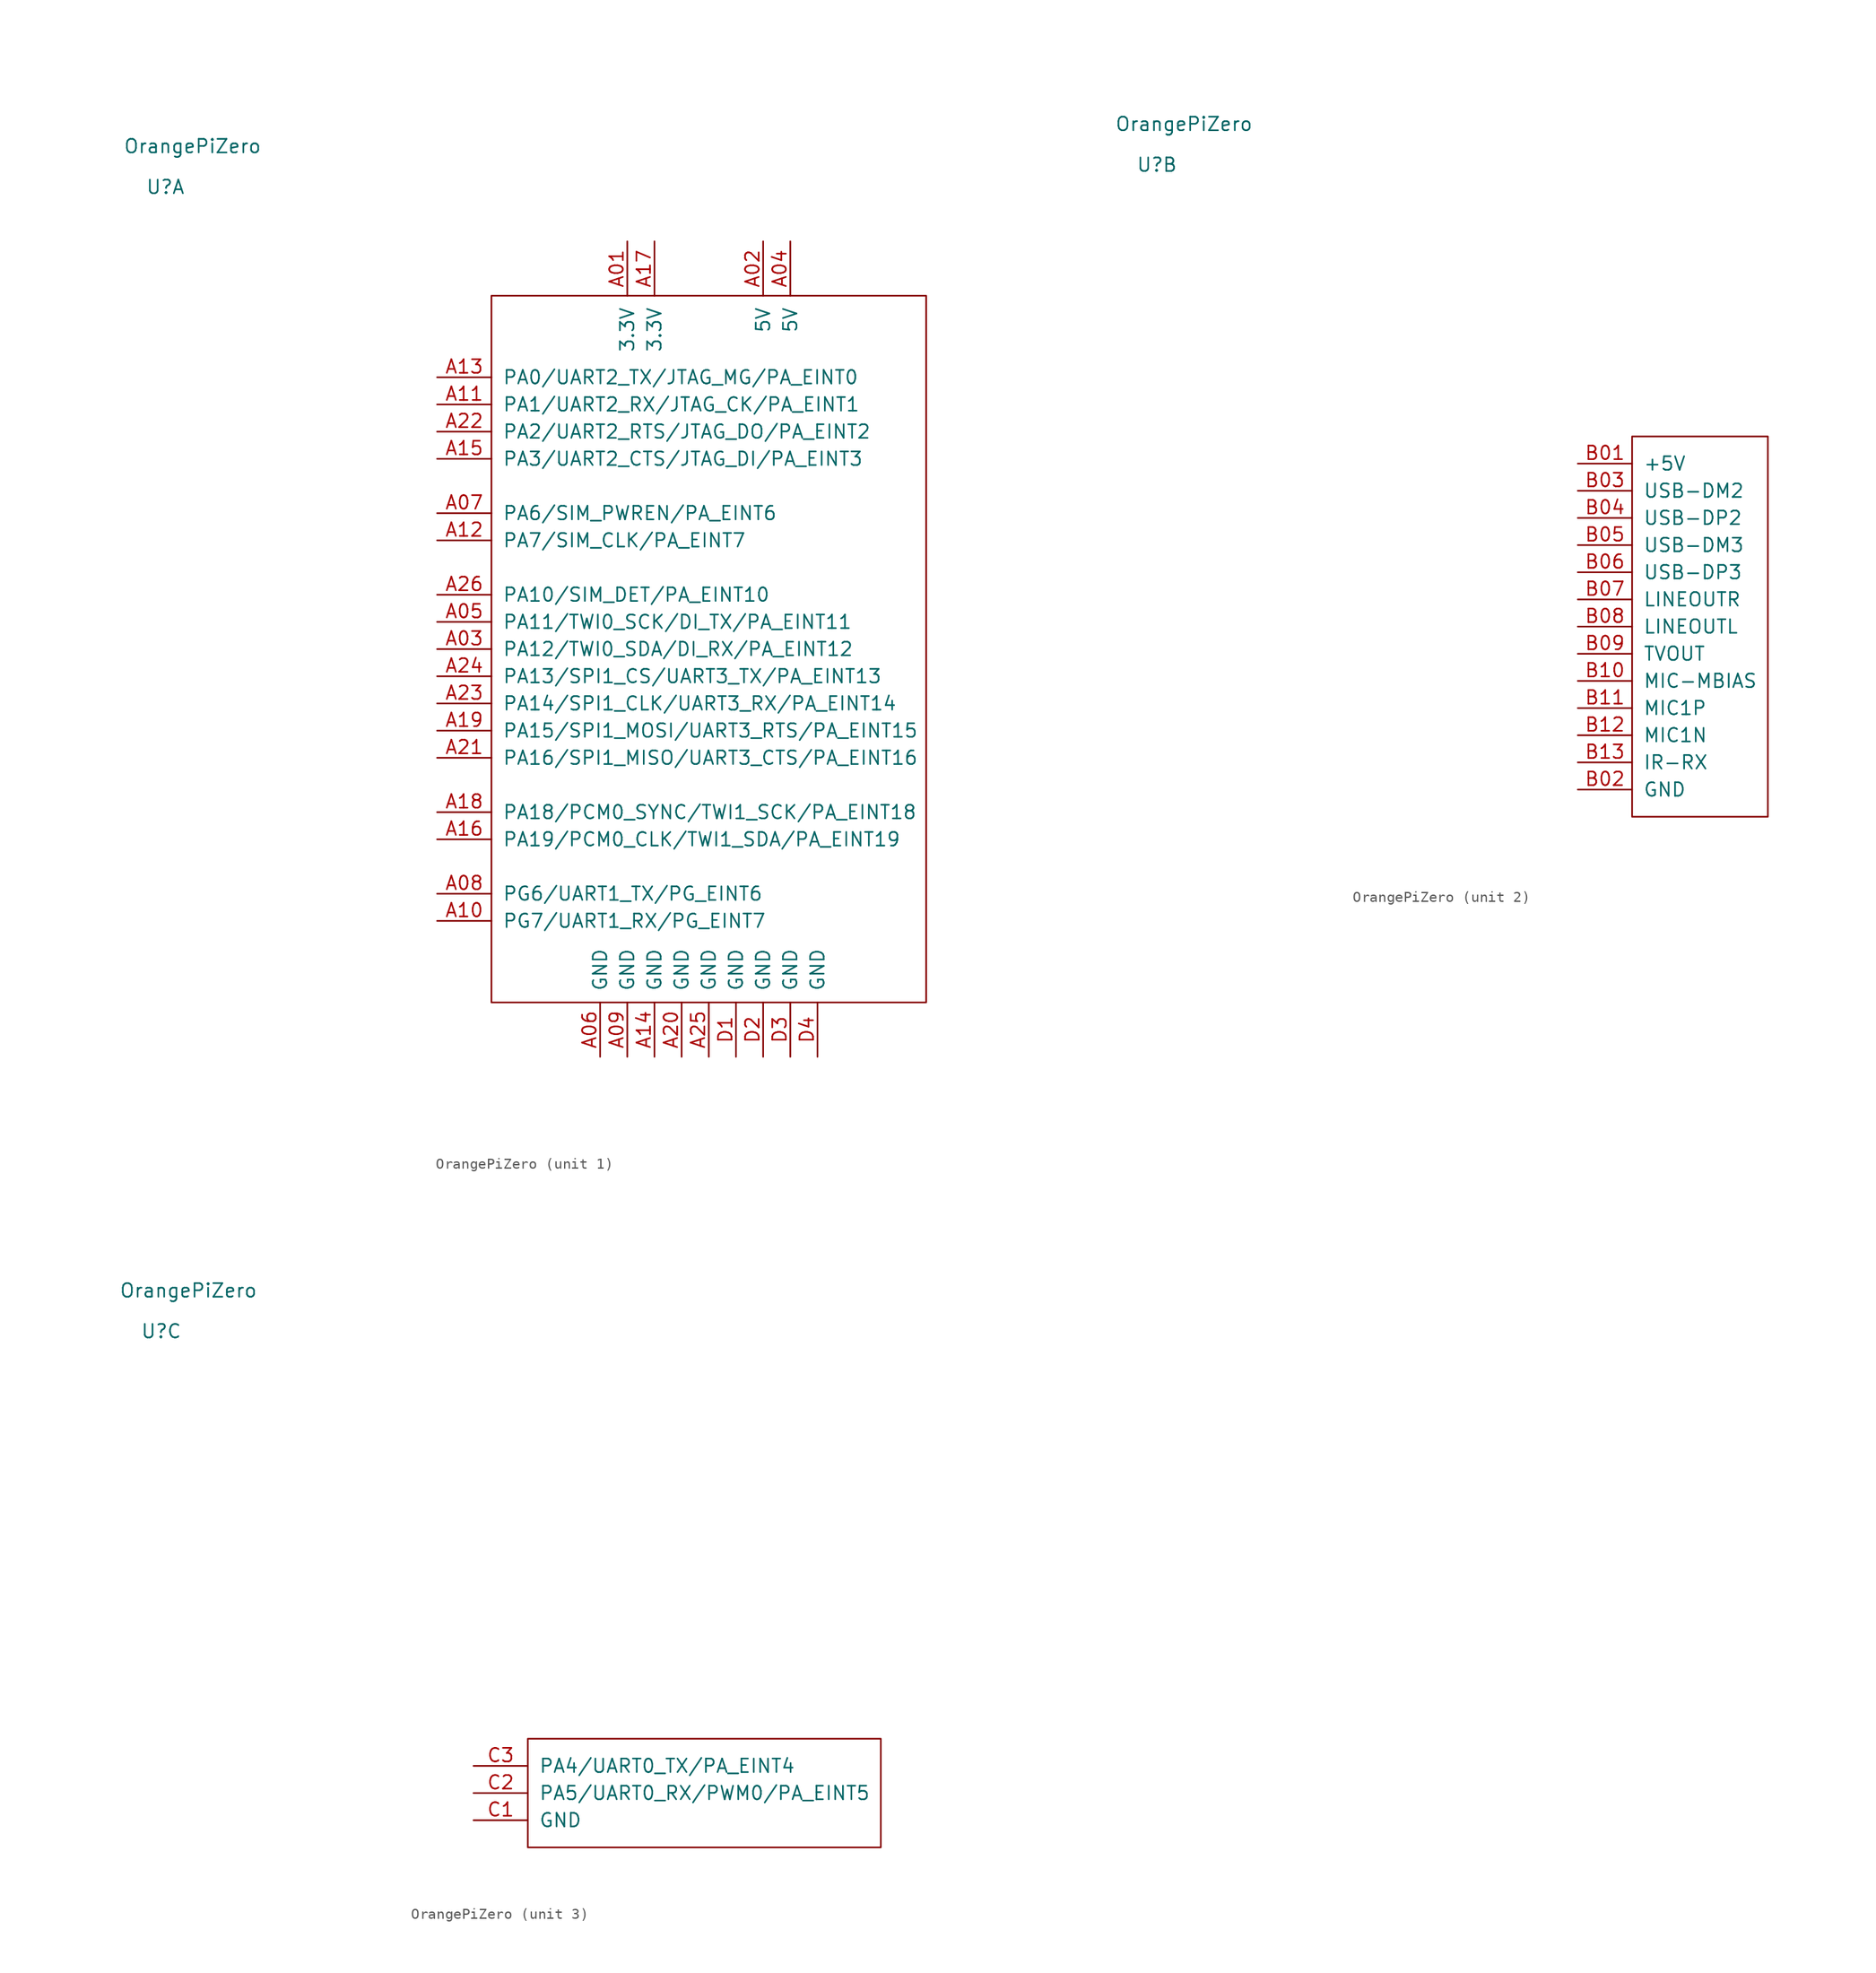
<source format=kicad_sym>
(kicad_symbol_lib
  (version 20211014)
  (generator kicad_symbol_editor)
  (symbol "OrangePiZero"
    (pin_names
      (offset 1.016))
    (property "Reference" "U"
      (at -50.8 43.18 0)
      (effects (font (size 1.27 1.27))))
    (property "Value" "OrangePiZero"
      (at -48.26 46.99 0)
      (effects (font (size 1.27 1.27))))
    (symbol "OrangePiZero_1_1"
      (rectangle (start -20.32 33.02) (end 20.32 -33.02) (stroke (width 0) (type default) (color 0 0 0 0)) (fill (type none)))
      (pin power_in line (at -7.62 38.1 270) (length 5.08) (name "3.3V" (effects (font (size 1.27 1.27)))) (number "A01" (effects (font (size 1.27 1.27)))))
      (pin power_in line (at 5.08 38.1 270) (length 5.08) (name "5V" (effects (font (size 1.27 1.27)))) (number "A02" (effects (font (size 1.27 1.27)))))
      (pin bidirectional line (at -25.4 0 0) (length 5.08) (name "PA12/TWI0_SDA/DI_RX/PA_EINT12" (effects (font (size 1.27 1.27)))) (number "A03" (effects (font (size 1.27 1.27)))))
      (pin power_in line (at 7.62 38.1 270) (length 5.08) (name "5V" (effects (font (size 1.27 1.27)))) (number "A04" (effects (font (size 1.27 1.27)))))
      (pin bidirectional line (at -25.4 2.54 0) (length 5.08) (name "PA11/TWI0_SCK/DI_TX/PA_EINT11" (effects (font (size 1.27 1.27)))) (number "A05" (effects (font (size 1.27 1.27)))))
      (pin power_in line (at -10.16 -38.1 90) (length 5.08) (name "GND" (effects (font (size 1.27 1.27)))) (number "A06" (effects (font (size 1.27 1.27)))))
      (pin bidirectional line (at -25.4 12.7 0) (length 5.08) (name "PA6/SIM_PWREN/PA_EINT6" (effects (font (size 1.27 1.27)))) (number "A07" (effects (font (size 1.27 1.27)))))
      (pin bidirectional line (at -25.4 -22.86 0) (length 5.08) (name "PG6/UART1_TX/PG_EINT6" (effects (font (size 1.27 1.27)))) (number "A08" (effects (font (size 1.27 1.27)))))
      (pin power_in line (at -7.62 -38.1 90) (length 5.08) (name "GND" (effects (font (size 1.27 1.27)))) (number "A09" (effects (font (size 1.27 1.27)))))
      (pin bidirectional line (at -25.4 -25.4 0) (length 5.08) (name "PG7/UART1_RX/PG_EINT7" (effects (font (size 1.27 1.27)))) (number "A10" (effects (font (size 1.27 1.27)))))
      (pin bidirectional line (at -25.4 22.86 0) (length 5.08) (name "PA1/UART2_RX/JTAG_CK/PA_EINT1" (effects (font (size 1.27 1.27)))) (number "A11" (effects (font (size 1.27 1.27)))))
      (pin bidirectional line (at -25.4 10.16 0) (length 5.08) (name "PA7/SIM_CLK/PA_EINT7" (effects (font (size 1.27 1.27)))) (number "A12" (effects (font (size 1.27 1.27)))))
      (pin bidirectional line (at -25.4 25.4 0) (length 5.08) (name "PA0/UART2_TX/JTAG_MG/PA_EINT0" (effects (font (size 1.27 1.27)))) (number "A13" (effects (font (size 1.27 1.27)))))
      (pin power_in line (at -5.08 -38.1 90) (length 5.08) (name "GND" (effects (font (size 1.27 1.27)))) (number "A14" (effects (font (size 1.27 1.27)))))
      (pin bidirectional line (at -25.4 17.78 0) (length 5.08) (name "PA3/UART2_CTS/JTAG_DI/PA_EINT3" (effects (font (size 1.27 1.27)))) (number "A15" (effects (font (size 1.27 1.27)))))
      (pin bidirectional line (at -25.4 -17.78 0) (length 5.08) (name "PA19/PCM0_CLK/TWI1_SDA/PA_EINT19" (effects (font (size 1.27 1.27)))) (number "A16" (effects (font (size 1.27 1.27)))))
      (pin power_in line (at -5.08 38.1 270) (length 5.08) (name "3.3V" (effects (font (size 1.27 1.27)))) (number "A17" (effects (font (size 1.27 1.27)))))
      (pin bidirectional line (at -25.4 -15.24 0) (length 5.08) (name "PA18/PCM0_SYNC/TWI1_SCK/PA_EINT18" (effects (font (size 1.27 1.27)))) (number "A18" (effects (font (size 1.27 1.27)))))
      (pin bidirectional line (at -25.4 -7.62 0) (length 5.08) (name "PA15/SPI1_MOSI/UART3_RTS/PA_EINT15" (effects (font (size 1.27 1.27)))) (number "A19" (effects (font (size 1.27 1.27)))))
      (pin power_in line (at -2.54 -38.1 90) (length 5.08) (name "GND" (effects (font (size 1.27 1.27)))) (number "A20" (effects (font (size 1.27 1.27)))))
      (pin bidirectional line (at -25.4 -10.16 0) (length 5.08) (name "PA16/SPI1_MISO/UART3_CTS/PA_EINT16" (effects (font (size 1.27 1.27)))) (number "A21" (effects (font (size 1.27 1.27)))))
      (pin bidirectional line (at -25.4 20.32 0) (length 5.08) (name "PA2/UART2_RTS/JTAG_DO/PA_EINT2" (effects (font (size 1.27 1.27)))) (number "A22" (effects (font (size 1.27 1.27)))))
      (pin bidirectional line (at -25.4 -5.08 0) (length 5.08) (name "PA14/SPI1_CLK/UART3_RX/PA_EINT14" (effects (font (size 1.27 1.27)))) (number "A23" (effects (font (size 1.27 1.27)))))
      (pin bidirectional line (at -25.4 -2.54 0) (length 5.08) (name "PA13/SPI1_CS/UART3_TX/PA_EINT13" (effects (font (size 1.27 1.27)))) (number "A24" (effects (font (size 1.27 1.27)))))
      (pin power_in line (at 0 -38.1 90) (length 5.08) (name "GND" (effects (font (size 1.27 1.27)))) (number "A25" (effects (font (size 1.27 1.27)))))
      (pin bidirectional line (at -25.4 5.08 0) (length 5.08) (name "PA10/SIM_DET/PA_EINT10" (effects (font (size 1.27 1.27)))) (number "A26" (effects (font (size 1.27 1.27)))))
      (pin power_in line (at 2.54 -38.1 90) (length 5.08) (name "GND" (effects (font (size 1.27 1.27)))) (number "D1" (effects (font (size 1.27 1.27)))))
      (pin power_in line (at 5.08 -38.1 90) (length 5.08) (name "GND" (effects (font (size 1.27 1.27)))) (number "D2" (effects (font (size 1.27 1.27)))))
      (pin power_in line (at 7.62 -38.1 90) (length 5.08) (name "GND" (effects (font (size 1.27 1.27)))) (number "D3" (effects (font (size 1.27 1.27)))))
      (pin power_in line (at 10.16 -38.1 90) (length 5.08) (name "GND" (effects (font (size 1.27 1.27)))) (number "D4" (effects (font (size 1.27 1.27))))))
    (symbol "OrangePiZero_2_1"
      (rectangle (start -6.35 17.78) (end 6.35 -17.78) (stroke (width 0) (type default) (color 0 0 0 0)) (fill (type none)))
      (pin power_in line (at -11.43 15.24 0) (length 5.08) (name "+5V" (effects (font (size 1.27 1.27)))) (number "B01" (effects (font (size 1.27 1.27)))))
      (pin power_in line (at -11.43 -15.24 0) (length 5.08) (name "GND" (effects (font (size 1.27 1.27)))) (number "B02" (effects (font (size 1.27 1.27)))))
      (pin bidirectional line (at -11.43 12.7 0) (length 5.08) (name "USB-DM2" (effects (font (size 1.27 1.27)))) (number "B03" (effects (font (size 1.27 1.27)))))
      (pin bidirectional line (at -11.43 10.16 0) (length 5.08) (name "USB-DP2" (effects (font (size 1.27 1.27)))) (number "B04" (effects (font (size 1.27 1.27)))))
      (pin bidirectional line (at -11.43 7.62 0) (length 5.08) (name "USB-DM3" (effects (font (size 1.27 1.27)))) (number "B05" (effects (font (size 1.27 1.27)))))
      (pin bidirectional line (at -11.43 5.08 0) (length 5.08) (name "USB-DP3" (effects (font (size 1.27 1.27)))) (number "B06" (effects (font (size 1.27 1.27)))))
      (pin output line (at -11.43 2.54 0) (length 5.08) (name "LINEOUTR" (effects (font (size 1.27 1.27)))) (number "B07" (effects (font (size 1.27 1.27)))))
      (pin output line (at -11.43 0 0) (length 5.08) (name "LINEOUTL" (effects (font (size 1.27 1.27)))) (number "B08" (effects (font (size 1.27 1.27)))))
      (pin output line (at -11.43 -2.54 0) (length 5.08) (name "TVOUT" (effects (font (size 1.27 1.27)))) (number "B09" (effects (font (size 1.27 1.27)))))
      (pin output line (at -11.43 -5.08 0) (length 5.08) (name "MIC-MBIAS" (effects (font (size 1.27 1.27)))) (number "B10" (effects (font (size 1.27 1.27)))))
      (pin input line (at -11.43 -7.62 0) (length 5.08) (name "MIC1P" (effects (font (size 1.27 1.27)))) (number "B11" (effects (font (size 1.27 1.27)))))
      (pin input line (at -11.43 -10.16 0) (length 5.08) (name "MIC1N" (effects (font (size 1.27 1.27)))) (number "B12" (effects (font (size 1.27 1.27)))))
      (pin passive line (at -11.43 -12.7 0) (length 5.08) (name "IR-RX" (effects (font (size 1.27 1.27)))) (number "B13" (effects (font (size 1.27 1.27))))))
    (symbol "OrangePiZero_3_1"
      (rectangle (start -16.51 5.08) (end 16.51 -5.08) (stroke (width 0) (type default) (color 0 0 0 0)) (fill (type none)))
      (pin power_in line (at -21.59 -2.54 0) (length 5.08) (name "GND" (effects (font (size 1.27 1.27)))) (number "C1" (effects (font (size 1.27 1.27)))))
      (pin bidirectional line (at -21.59 0 0) (length 5.08) (name "PA5/UART0_RX/PWM0/PA_EINT5" (effects (font (size 1.27 1.27)))) (number "C2" (effects (font (size 1.27 1.27)))))
      (pin bidirectional line (at -21.59 2.54 0) (length 5.08) (name "PA4/UART0_TX/PA_EINT4" (effects (font (size 1.27 1.27)))) (number "C3" (effects (font (size 1.27 1.27))))))))
</source>
